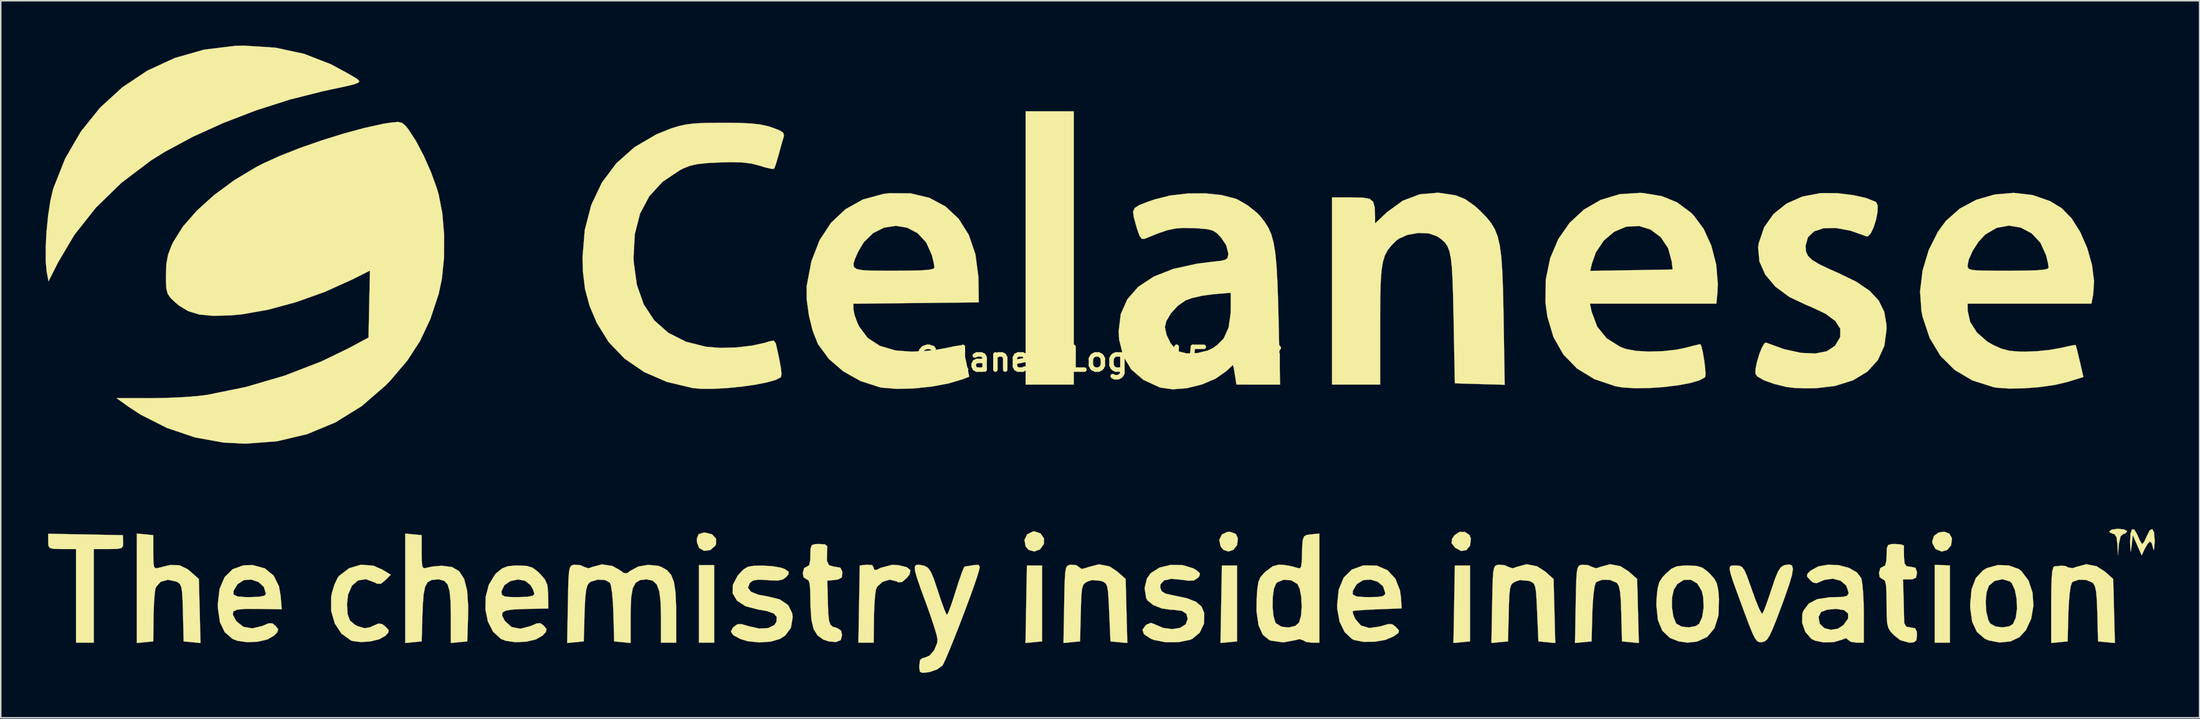
<source format=kicad_pcb>
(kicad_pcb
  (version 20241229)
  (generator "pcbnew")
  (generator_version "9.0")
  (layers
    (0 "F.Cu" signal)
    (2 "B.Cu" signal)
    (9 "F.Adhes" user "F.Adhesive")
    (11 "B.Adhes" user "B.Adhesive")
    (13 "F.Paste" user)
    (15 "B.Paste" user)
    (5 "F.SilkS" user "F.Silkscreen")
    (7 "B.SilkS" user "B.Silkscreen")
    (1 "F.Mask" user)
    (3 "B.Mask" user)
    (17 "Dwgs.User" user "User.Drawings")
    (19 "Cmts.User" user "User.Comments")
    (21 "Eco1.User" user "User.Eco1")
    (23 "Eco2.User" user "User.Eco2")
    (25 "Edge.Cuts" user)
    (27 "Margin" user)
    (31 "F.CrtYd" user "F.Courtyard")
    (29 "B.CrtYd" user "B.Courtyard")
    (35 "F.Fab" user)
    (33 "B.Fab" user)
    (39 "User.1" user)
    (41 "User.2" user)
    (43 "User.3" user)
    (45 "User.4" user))
  (footprint "CelaneseLogo_150dpi"
    (layer "F.Cu")
    (at 70.446 20.998)
    (property "Reference" "CelaneseLogo_150dpi" (at 0 0 0) (layer "F.SilkS") (effects (font (size 1.524 1.524) (thickness 0.3))))
    (attr through_hole)
    (fp_poly (pts (xy -25.739 18.965) (xy -26.755 18.965) (xy -26.755 13.778) (xy -25.739 13.778) (xy -25.739 18.965)) (stroke (width 0.01) (type solid)) (fill yes) (layer "F.SilkS"))
    (fp_poly (pts (xy -1.693 1.693) (xy -4.911 1.693) (xy -4.911 -16.595) (xy -1.693 -16.595) (xy -1.693 1.693)) (stroke (width 0.01) (type solid)) (fill yes) (layer "F.SilkS"))
    (fp_poly (pts (xy 56.388 13.776) (xy 56.896 13.797) (xy 56.896 18.965) (xy 55.88 18.965) (xy 55.88 13.756) (xy 56.388 13.776)) (stroke (width 0.01) (type solid)) (fill yes) (layer "F.SilkS"))
    (fp_poly (pts (xy -3.81 18.881) (xy -4.365 18.934) (xy -4.92 18.987) (xy -4.873 16.394) (xy -4.826 13.801) (xy -3.81 13.801) (xy -3.81 18.881)) (stroke (width 0.01) (type solid)) (fill yes) (layer "F.SilkS"))
    (fp_poly (pts (xy 9.229 18.881) (xy 8.674 18.934) (xy 8.119 18.987) (xy 8.166 16.394) (xy 8.213 13.801) (xy 9.229 13.801) (xy 9.229 18.881)) (stroke (width 0.01) (type solid)) (fill yes) (layer "F.SilkS"))
    (fp_poly (pts (xy 24.807 18.881) (xy 24.253 18.934) (xy 23.698 18.987) (xy 23.745 16.394) (xy 23.791 13.801) (xy 24.807 13.801) (xy 24.807 18.881)) (stroke (width 0.01) (type solid)) (fill yes) (layer "F.SilkS"))
    (fp_poly (pts (xy -3.912 11.654) (xy -3.68 11.993) (xy -3.689 12.361) (xy -3.949 12.725) (xy -4.329 12.863) (xy -4.707 12.76) (xy -4.911 12.531) (xy -4.992 12.087) (xy -4.808 11.714) (xy -4.421 11.522) (xy -4.318 11.515) (xy -3.912 11.654)) (stroke (width 0.01) (type solid)) (fill yes) (layer "F.SilkS"))
    (fp_poly (pts (xy 8.774 11.547) (xy 9.15 11.69) (xy 9.284 11.99) (xy 9.231 12.44) (xy 8.989 12.747) (xy 8.651 12.866) (xy 8.31 12.753) (xy 8.128 12.531) (xy 8.036 12.081) (xy 8.214 11.721) (xy 8.596 11.546) (xy 8.774 11.547)) (stroke (width 0.01) (type solid)) (fill yes) (layer "F.SilkS"))
    (fp_poly (pts (xy 24.47 11.553) (xy 24.772 11.762) (xy 24.863 11.99) (xy 24.814 12.474) (xy 24.565 12.77) (xy 24.199 12.829) (xy 23.803 12.603) (xy 23.573 12.306) (xy 23.599 12.034) (xy 23.758 11.785) (xy 24.089 11.553) (xy 24.47 11.553)) (stroke (width 0.01) (type solid)) (fill yes) (layer "F.SilkS"))
    (fp_poly (pts (xy -25.883 11.711) (xy -25.617 11.992) (xy -25.611 12.365) (xy -25.672 12.488) (xy -26.004 12.772) (xy -26.411 12.821) (xy -26.74 12.633) (xy -26.887 12.269) (xy -26.895 11.99) (xy -26.772 11.698) (xy -26.453 11.602) (xy -26.35 11.599) (xy -25.883 11.711)) (stroke (width 0.01) (type solid)) (fill yes) (layer "F.SilkS"))
    (fp_poly (pts (xy 56.851 11.658) (xy 57.033 11.974) (xy 57.036 11.99) (xy 56.977 12.452) (xy 56.717 12.764) (xy 56.347 12.868) (xy 55.961 12.71) (xy 55.914 12.666) (xy 55.732 12.325) (xy 55.711 12.179) (xy 55.837 11.812) (xy 56.142 11.593) (xy 56.517 11.536) (xy 56.851 11.658)) (stroke (width 0.01) (type solid)) (fill yes) (layer "F.SilkS"))
    (fp_poly (pts (xy 68.548 11.388) (xy 68.744 11.492) (xy 68.749 11.515) (xy 68.613 11.667) (xy 68.505 11.684) (xy 68.315 11.842) (xy 68.204 12.32) (xy 68.196 12.404) (xy 68.131 13.123) (xy 68.102 12.404) (xy 68.039 11.908) (xy 67.894 11.699) (xy 67.818 11.684) (xy 67.593 11.593) (xy 67.564 11.515) (xy 67.713 11.403) (xy 68.079 11.347) (xy 68.157 11.345) (xy 68.548 11.388)) (stroke (width 0.01) (type solid)) (fill yes) (layer "F.SilkS"))
    (fp_poly (pts (xy -67.776 11.722) (xy -65.278 11.769) (xy -65.261 12.234) (xy -65.268 12.495) (xy -65.367 12.634) (xy -65.637 12.689) (xy -66.158 12.7) (xy -66.235 12.7) (xy -67.225 12.7) (xy -67.225 18.965) (xy -68.411 18.965) (xy -68.411 12.7) (xy -69.342 12.7) (xy -69.874 12.692) (xy -70.152 12.636) (xy -70.257 12.487) (xy -70.273 12.198) (xy -70.273 12.187) (xy -70.273 11.675) (xy -67.776 11.722)) (stroke (width 0.01) (type solid)) (fill yes) (layer "F.SilkS"))
    (fp_poly (pts (xy -15.172 13.771) (xy -15.071 13.946) (xy -15.033 14.097) (xy -14.861 14.081) (xy -14.548 13.937) (xy -13.823 13.753) (xy -13.42 13.775) (xy -12.855 13.916) (xy -12.612 14.117) (xy -12.673 14.404) (xy -12.857 14.634) (xy -13.165 14.904) (xy -13.41 14.929) (xy -13.558 14.855) (xy -14.006 14.751) (xy -14.477 14.89) (xy -14.833 15.217) (xy -14.92 15.411) (xy -14.974 15.766) (xy -15.019 16.356) (xy -15.048 17.077) (xy -15.054 17.399) (xy -15.071 18.965) (xy -16.095 18.965) (xy -16.049 16.383) (xy -16.002 13.801) (xy -15.536 13.747) (xy -15.172 13.771)) (stroke (width 0.01) (type solid)) (fill yes) (layer "F.SilkS"))
    (fp_poly (pts (xy 70.547 11.586) (xy 70.589 12.106) (xy 70.587 12.234) (xy 70.562 12.636) (xy 70.525 12.771) (xy 70.491 12.658) (xy 70.398 12.32) (xy 70.289 12.192) (xy 70.133 12.329) (xy 69.941 12.657) (xy 69.94 12.658) (xy 69.722 13.123) (xy 69.425 12.446) (xy 69.127 11.769) (xy 69.051 12.446) (xy 69.007 12.804) (xy 68.98 12.874) (xy 68.962 12.638) (xy 68.947 12.234) (xy 68.971 11.661) (xy 69.074 11.379) (xy 69.236 11.404) (xy 69.437 11.75) (xy 69.478 11.853) (xy 69.637 12.203) (xy 69.76 12.361) (xy 69.765 12.361) (xy 69.884 12.221) (xy 70.042 11.88) (xy 70.052 11.853) (xy 70.259 11.445) (xy 70.43 11.36) (xy 70.547 11.586)) (stroke (width 0.01) (type solid)) (fill yes) (layer "F.SilkS"))
    (fp_poly (pts (xy -63.796 11.716) (xy -63.246 11.769) (xy -63.246 12.92) (xy -63.239 13.526) (xy -63.202 13.859) (xy -63.115 13.987) (xy -62.956 13.975) (xy -62.907 13.959) (xy -62.105 13.763) (xy -61.48 13.789) (xy -60.947 14.048) (xy -60.769 14.194) (xy -60.198 14.703) (xy -60.142 16.846) (xy -60.085 18.989) (xy -60.65 18.935) (xy -61.214 18.881) (xy -61.262 16.969) (xy -61.286 16.14) (xy -61.32 15.584) (xy -61.375 15.24) (xy -61.467 15.042) (xy -61.61 14.926) (xy -61.715 14.874) (xy -62.269 14.756) (xy -62.75 14.89) (xy -63.061 15.241) (xy -63.101 15.36) (xy -63.154 15.733) (xy -63.198 16.337) (xy -63.226 17.063) (xy -63.23 17.347) (xy -63.246 18.881) (xy -64.347 18.987) (xy -64.347 11.663) (xy -63.796 11.716)) (stroke (width 0.01) (type solid)) (fill yes) (layer "F.SilkS"))
    (fp_poly (pts (xy 66.708 13.85) (xy 67.265 14.21) (xy 67.818 14.703) (xy 67.874 16.846) (xy 67.931 18.989) (xy 67.366 18.935) (xy 66.802 18.881) (xy 66.756 17.018) (xy 66.725 16.158) (xy 66.677 15.575) (xy 66.601 15.21) (xy 66.489 15.001) (xy 66.427 14.944) (xy 66.003 14.769) (xy 65.514 14.751) (xy 65.121 14.888) (xy 65.051 14.954) (xy 64.972 15.206) (xy 64.9 15.717) (xy 64.845 16.408) (xy 64.818 17.028) (xy 64.77 18.881) (xy 63.669 18.987) (xy 63.669 16.436) (xy 63.677 15.39) (xy 63.701 14.645) (xy 63.746 14.167) (xy 63.814 13.918) (xy 63.881 13.86) (xy 64.352 13.813) (xy 64.615 13.832) (xy 64.796 13.925) (xy 64.802 13.929) (xy 65.115 13.977) (xy 65.341 13.897) (xy 66.015 13.715) (xy 66.708 13.85)) (stroke (width 0.01) (type solid)) (fill yes) (layer "F.SilkS"))
    (fp_poly (pts (xy -45.847 11.716) (xy -45.297 11.769) (xy -45.297 12.92) (xy -45.29 13.525) (xy -45.254 13.858) (xy -45.167 13.983) (xy -45.009 13.967) (xy -44.958 13.95) (xy -44.572 13.869) (xy -44.042 13.822) (xy -43.913 13.819) (xy -43.27 13.901) (xy -42.79 14.184) (xy -42.458 14.696) (xy -42.261 15.463) (xy -42.187 16.51) (xy -42.196 17.272) (xy -42.249 18.881) (xy -42.799 18.934) (xy -43.349 18.987) (xy -43.349 17.125) (xy -43.368 16.165) (xy -43.435 15.494) (xy -43.569 15.064) (xy -43.788 14.828) (xy -44.111 14.738) (xy -44.26 14.732) (xy -44.634 14.77) (xy -44.896 14.917) (xy -45.067 15.224) (xy -45.17 15.743) (xy -45.226 16.525) (xy -45.244 17.018) (xy -45.297 18.881) (xy -45.847 18.934) (xy -46.397 18.987) (xy -46.397 11.663) (xy -45.847 11.716)) (stroke (width 0.01) (type solid)) (fill yes) (layer "F.SilkS"))
    (fp_poly (pts (xy 34.873 13.85) (xy 35.43 14.21) (xy 35.983 14.703) (xy 36.04 16.846) (xy 36.096 18.989) (xy 35.532 18.935) (xy 34.967 18.881) (xy 34.921 17.018) (xy 34.89 16.158) (xy 34.842 15.575) (xy 34.767 15.21) (xy 34.655 15.001) (xy 34.593 14.944) (xy 34.168 14.769) (xy 33.679 14.751) (xy 33.287 14.888) (xy 33.216 14.954) (xy 33.137 15.206) (xy 33.065 15.717) (xy 33.01 16.408) (xy 32.984 17.028) (xy 32.935 18.881) (xy 32.381 18.934) (xy 31.826 18.987) (xy 31.873 16.394) (xy 31.892 15.407) (xy 31.914 14.707) (xy 31.948 14.244) (xy 32.001 13.967) (xy 32.083 13.824) (xy 32.201 13.765) (xy 32.31 13.745) (xy 32.718 13.78) (xy 32.934 13.884) (xy 33.245 13.99) (xy 33.506 13.897) (xy 34.181 13.715) (xy 34.873 13.85)) (stroke (width 0.01) (type solid)) (fill yes) (layer "F.SilkS"))
    (fp_poly (pts (xy 29.285 13.85) (xy 29.842 14.21) (xy 30.395 14.703) (xy 30.452 16.846) (xy 30.508 18.989) (xy 29.944 18.935) (xy 29.379 18.881) (xy 29.295 16.937) (xy 29.256 16.102) (xy 29.215 15.543) (xy 29.156 15.198) (xy 29.063 15.003) (xy 28.919 14.897) (xy 28.751 14.832) (xy 28.142 14.777) (xy 27.868 14.865) (xy 27.684 14.964) (xy 27.56 15.103) (xy 27.483 15.347) (xy 27.438 15.76) (xy 27.41 16.407) (xy 27.395 16.969) (xy 27.347 18.881) (xy 26.793 18.934) (xy 26.238 18.987) (xy 26.285 16.394) (xy 26.304 15.407) (xy 26.326 14.707) (xy 26.36 14.244) (xy 26.413 13.967) (xy 26.495 13.824) (xy 26.613 13.765) (xy 26.722 13.745) (xy 27.13 13.78) (xy 27.346 13.884) (xy 27.657 13.99) (xy 27.918 13.897) (xy 28.593 13.715) (xy 29.285 13.85)) (stroke (width 0.01) (type solid)) (fill yes) (layer "F.SilkS"))
    (fp_poly (pts (xy 0.696 13.858) (xy 1.225 14.21) (xy 1.778 14.703) (xy 1.834 16.846) (xy 1.891 18.989) (xy 1.326 18.935) (xy 0.762 18.881) (xy 0.677 16.937) (xy 0.638 16.102) (xy 0.598 15.543) (xy 0.539 15.198) (xy 0.446 15.003) (xy 0.302 14.897) (xy 0.134 14.832) (xy -0.475 14.777) (xy -0.75 14.865) (xy -0.934 14.964) (xy -1.057 15.103) (xy -1.134 15.347) (xy -1.179 15.76) (xy -1.207 16.407) (xy -1.222 16.969) (xy -1.27 18.881) (xy -1.825 18.934) (xy -2.38 18.987) (xy -2.333 16.394) (xy -2.314 15.407) (xy -2.292 14.708) (xy -2.259 14.245) (xy -2.206 13.967) (xy -2.124 13.824) (xy -2.004 13.765) (xy -1.882 13.744) (xy -1.518 13.78) (xy -1.344 13.903) (xy -1.173 14.033) (xy -0.869 13.963) (xy -0.766 13.918) (xy -0.005 13.721) (xy 0.696 13.858)) (stroke (width 0.01) (type solid)) (fill yes) (layer "F.SilkS"))
    (fp_poly (pts (xy -55.078 -20.858) (xy -53.167 -20.447) (xy -51.361 -19.746) (xy -50.19 -19.11) (xy -49.814 -18.889) (xy -49.562 -18.728) (xy -49.464 -18.606) (xy -49.552 -18.502) (xy -49.857 -18.394) (xy -50.409 -18.261) (xy -51.241 -18.083) (xy -51.901 -17.942) (xy -54.109 -17.385) (xy -56.353 -16.667) (xy -58.55 -15.823) (xy -60.619 -14.884) (xy -62.477 -13.885) (xy -63.405 -13.305) (xy -65.368 -11.819) (xy -67.085 -10.148) (xy -68.529 -8.319) (xy -69.612 -6.487) (xy -70.251 -5.215) (xy -70.37 -5.845) (xy -70.439 -6.551) (xy -70.441 -7.483) (xy -70.386 -8.536) (xy -70.28 -9.605) (xy -70.132 -10.586) (xy -69.951 -11.373) (xy -69.934 -11.43) (xy -69.14 -13.434) (xy -68.089 -15.244) (xy -66.805 -16.841) (xy -65.314 -18.207) (xy -63.64 -19.322) (xy -61.809 -20.168) (xy -59.845 -20.727) (xy -57.773 -20.98) (xy -57.15 -20.993) (xy -55.078 -20.858)) (stroke (width 0.01) (type solid)) (fill yes) (layer "F.SilkS"))
    (fp_poly (pts (xy -48.536 13.811) (xy -47.939 14.068) (xy -47.363 14.419) (xy -47.729 14.784) (xy -48.029 15.024) (xy -48.28 15.021) (xy -48.429 14.941) (xy -49.025 14.717) (xy -49.55 14.8) (xy -49.962 15.156) (xy -50.221 15.756) (xy -50.292 16.4) (xy -50.249 17.063) (xy -50.09 17.487) (xy -49.766 17.764) (xy -49.55 17.868) (xy -49.114 17.998) (xy -48.741 17.93) (xy -48.544 17.837) (xy -48.182 17.683) (xy -47.938 17.721) (xy -47.731 17.884) (xy -47.508 18.114) (xy -47.526 18.289) (xy -47.732 18.512) (xy -48.134 18.738) (xy -48.728 18.882) (xy -49.372 18.927) (xy -49.925 18.854) (xy -50.038 18.813) (xy -50.662 18.363) (xy -51.109 17.683) (xy -51.35 16.847) (xy -51.354 15.929) (xy -51.302 15.636) (xy -51.135 15.084) (xy -50.924 14.633) (xy -50.833 14.506) (xy -50.151 13.981) (xy -49.359 13.746) (xy -48.536 13.811)) (stroke (width 0.01) (type solid)) (fill yes) (layer "F.SilkS"))
    (fp_poly (pts (xy 60.832 13.796) (xy 61.476 14.024) (xy 61.674 14.167) (xy 62.154 14.804) (xy 62.422 15.61) (xy 62.482 16.493) (xy 62.335 17.36) (xy 61.985 18.121) (xy 61.55 18.598) (xy 60.949 18.881) (xy 60.213 18.955) (xy 59.481 18.814) (xy 59.226 18.7) (xy 58.702 18.249) (xy 58.381 17.563) (xy 58.254 16.62) (xy 58.251 16.417) (xy 58.267 16.239) (xy 59.29 16.239) (xy 59.333 16.899) (xy 59.469 17.455) (xy 59.597 17.685) (xy 59.938 17.88) (xy 60.42 17.942) (xy 60.879 17.866) (xy 61.112 17.716) (xy 61.303 17.291) (xy 61.382 16.693) (xy 61.358 16.034) (xy 61.238 15.427) (xy 61.032 14.984) (xy 60.907 14.865) (xy 60.405 14.722) (xy 59.884 14.835) (xy 59.504 15.157) (xy 59.346 15.612) (xy 59.29 16.239) (xy 58.267 16.239) (xy 58.342 15.401) (xy 58.625 14.645) (xy 59.111 14.124) (xy 59.388 13.964) (xy 60.092 13.772) (xy 60.832 13.796)) (stroke (width 0.01) (type solid)) (fill yes) (layer "F.SilkS"))
    (fp_poly (pts (xy 46.335 13.798) (xy 46.399 14.017) (xy 46.341 14.424) (xy 46.158 15.053) (xy 45.848 15.943) (xy 45.667 16.437) (xy 45.315 17.375) (xy 45.049 18.042) (xy 44.844 18.483) (xy 44.675 18.747) (xy 44.517 18.88) (xy 44.344 18.931) (xy 44.333 18.932) (xy 44.161 18.934) (xy 44.013 18.864) (xy 43.864 18.675) (xy 43.688 18.32) (xy 43.458 17.752) (xy 43.148 16.925) (xy 43.045 16.646) (xy 42.672 15.63) (xy 42.405 14.89) (xy 42.24 14.382) (xy 42.167 14.062) (xy 42.181 13.888) (xy 42.275 13.815) (xy 42.441 13.8) (xy 42.587 13.801) (xy 42.821 13.816) (xy 42.997 13.901) (xy 43.154 14.113) (xy 43.329 14.51) (xy 43.56 15.15) (xy 43.664 15.45) (xy 43.909 16.126) (xy 44.125 16.653) (xy 44.283 16.969) (xy 44.348 17.029) (xy 44.446 16.846) (xy 44.615 16.415) (xy 44.827 15.809) (xy 44.956 15.416) (xy 45.206 14.673) (xy 45.405 14.196) (xy 45.587 13.923) (xy 45.786 13.794) (xy 45.851 13.774) (xy 46.151 13.729) (xy 46.335 13.798)) (stroke (width 0.01) (type solid)) (fill yes) (layer "F.SilkS"))
    (fp_poly (pts (xy 39.949 13.827) (xy 40.339 13.941) (xy 40.687 14.198) (xy 40.843 14.349) (xy 41.142 14.682) (xy 41.316 15.01) (xy 41.408 15.451) (xy 41.457 16.063) (xy 41.416 17.157) (xy 41.156 17.994) (xy 40.678 18.574) (xy 39.983 18.895) (xy 39.336 18.965) (xy 38.742 18.874) (xy 38.184 18.653) (xy 38.16 18.639) (xy 37.663 18.163) (xy 37.369 17.452) (xy 37.28 16.587) (xy 38.311 16.587) (xy 38.401 17.205) (xy 38.577 17.654) (xy 38.608 17.695) (xy 38.951 17.888) (xy 39.436 17.941) (xy 39.899 17.854) (xy 40.126 17.702) (xy 40.33 17.258) (xy 40.426 16.628) (xy 40.404 15.951) (xy 40.308 15.514) (xy 40.004 15.006) (xy 39.571 14.756) (xy 39.096 14.767) (xy 38.668 15.044) (xy 38.435 15.418) (xy 38.319 15.944) (xy 38.311 16.587) (xy 37.28 16.587) (xy 37.269 16.487) (xy 37.285 15.98) (xy 37.347 15.344) (xy 37.462 14.92) (xy 37.68 14.582) (xy 37.9 14.346) (xy 38.27 14.019) (xy 38.627 13.857) (xy 39.116 13.804) (xy 39.37 13.801) (xy 39.949 13.827)) (stroke (width 0.01) (type solid)) (fill yes) (layer "F.SilkS"))
    (fp_poly (pts (xy -18.322 12.385) (xy -18.176 12.518) (xy -18.183 12.857) (xy -18.188 12.903) (xy -18.203 13.468) (xy -18.06 13.775) (xy -17.726 13.883) (xy -17.635 13.885) (xy -17.293 13.954) (xy -17.17 14.218) (xy -17.163 14.299) (xy -17.206 14.601) (xy -17.444 14.734) (xy -17.656 14.765) (xy -18.173 14.817) (xy -18.135 16.256) (xy -18.108 17.009) (xy -18.058 17.49) (xy -17.961 17.766) (xy -17.794 17.906) (xy -17.534 17.976) (xy -17.526 17.978) (xy -17.248 18.163) (xy -17.187 18.46) (xy -17.271 18.794) (xy -17.581 18.921) (xy -17.611 18.924) (xy -18.09 18.879) (xy -18.454 18.752) (xy -18.835 18.47) (xy -19.09 18.052) (xy -19.237 17.437) (xy -19.297 16.567) (xy -19.302 16.214) (xy -19.313 15.482) (xy -19.352 15.03) (xy -19.428 14.799) (xy -19.551 14.732) (xy -19.558 14.732) (xy -19.762 14.585) (xy -19.812 14.309) (xy -19.724 13.968) (xy -19.558 13.885) (xy -19.391 13.786) (xy -19.314 13.447) (xy -19.304 13.123) (xy -19.291 12.655) (xy -19.206 12.433) (xy -18.976 12.366) (xy -18.715 12.361) (xy -18.322 12.385)) (stroke (width 0.01) (type solid)) (fill yes) (layer "F.SilkS"))
    (fp_poly (pts (xy -55.779 13.997) (xy -55.195 14.477) (xy -54.838 15.202) (xy -54.732 15.805) (xy -54.655 16.731) (xy -56.284 16.705) (xy -57.112 16.707) (xy -57.637 16.757) (xy -57.896 16.878) (xy -57.923 17.092) (xy -57.753 17.42) (xy -57.663 17.552) (xy -57.226 17.902) (xy -56.632 18.007) (xy -55.97 17.853) (xy -55.911 17.826) (xy -55.52 17.665) (xy -55.286 17.67) (xy -55.07 17.841) (xy -54.897 18.059) (xy -54.944 18.253) (xy -55.159 18.489) (xy -55.613 18.751) (xy -56.263 18.903) (xy -56.98 18.934) (xy -57.638 18.836) (xy -57.952 18.71) (xy -58.468 18.264) (xy -58.786 17.602) (xy -58.921 16.688) (xy -58.928 16.374) (xy -58.856 15.74) (xy -57.879 15.74) (xy -57.622 15.869) (xy -57.073 15.915) (xy -56.811 15.917) (xy -56.157 15.893) (xy -55.803 15.816) (xy -55.711 15.701) (xy -55.854 15.234) (xy -56.218 14.904) (xy -56.698 14.742) (xy -57.194 14.78) (xy -57.603 15.049) (xy -57.648 15.108) (xy -57.877 15.497) (xy -57.879 15.74) (xy -58.856 15.74) (xy -58.813 15.362) (xy -58.478 14.581) (xy -57.941 14.05) (xy -57.218 13.787) (xy -56.579 13.775) (xy -55.779 13.997)) (stroke (width 0.01) (type solid)) (fill yes) (layer "F.SilkS"))
    (fp_poly (pts (xy 53.641 12.393) (xy 53.825 12.471) (xy 53.828 12.488) (xy 53.82 12.728) (xy 53.825 13.155) (xy 53.828 13.25) (xy 53.87 13.67) (xy 54.004 13.849) (xy 54.271 13.885) (xy 54.594 13.955) (xy 54.693 14.231) (xy 54.695 14.309) (xy 54.633 14.621) (xy 54.38 14.726) (xy 54.229 14.732) (xy 53.763 14.732) (xy 53.8 16.044) (xy 53.818 16.714) (xy 53.833 17.277) (xy 53.841 17.625) (xy 53.842 17.653) (xy 53.979 17.894) (xy 54.271 17.949) (xy 54.574 18.004) (xy 54.685 18.236) (xy 54.695 18.457) (xy 54.654 18.814) (xy 54.462 18.948) (xy 54.174 18.965) (xy 53.582 18.802) (xy 53.158 18.47) (xy 52.928 18.224) (xy 52.783 17.985) (xy 52.704 17.672) (xy 52.67 17.199) (xy 52.663 16.484) (xy 52.663 16.354) (xy 52.654 15.583) (xy 52.621 15.095) (xy 52.555 14.831) (xy 52.448 14.736) (xy 52.409 14.732) (xy 52.204 14.585) (xy 52.155 14.309) (xy 52.243 13.968) (xy 52.409 13.885) (xy 52.576 13.786) (xy 52.652 13.447) (xy 52.663 13.123) (xy 52.675 12.655) (xy 52.761 12.433) (xy 52.992 12.366) (xy 53.255 12.361) (xy 53.641 12.393)) (stroke (width 0.01) (type solid)) (fill yes) (layer "F.SilkS"))
    (fp_poly (pts (xy 5.58 13.771) (xy 6.294 13.986) (xy 6.532 14.131) (xy 6.752 14.34) (xy 6.699 14.527) (xy 6.597 14.638) (xy 6.348 14.798) (xy 5.981 14.822) (xy 5.568 14.761) (xy 4.833 14.693) (xy 4.336 14.801) (xy 4.103 15.075) (xy 4.094 15.281) (xy 4.188 15.525) (xy 4.439 15.68) (xy 4.934 15.795) (xy 4.995 15.805) (xy 5.887 15.995) (xy 6.49 16.234) (xy 6.854 16.55) (xy 7.03 16.971) (xy 7.033 16.99) (xy 7.018 17.692) (xy 6.734 18.296) (xy 6.23 18.713) (xy 6.076 18.778) (xy 5.305 18.934) (xy 4.453 18.936) (xy 3.682 18.788) (xy 3.429 18.686) (xy 2.999 18.394) (xy 2.902 18.098) (xy 3.133 17.78) (xy 3.146 17.769) (xy 3.47 17.637) (xy 3.702 17.726) (xy 4.286 17.978) (xy 4.883 18.057) (xy 5.41 17.973) (xy 5.785 17.742) (xy 5.927 17.379) (xy 5.839 17.034) (xy 5.541 16.839) (xy 4.98 16.766) (xy 4.804 16.764) (xy 4.19 16.676) (xy 3.629 16.45) (xy 3.239 16.14) (xy 3.153 15.994) (xy 3.044 15.317) (xy 3.201 14.671) (xy 3.452 14.312) (xy 4.037 13.942) (xy 4.787 13.759) (xy 5.58 13.771)) (stroke (width 0.01) (type solid)) (fill yes) (layer "F.SilkS"))
    (fp_poly (pts (xy -21.858 13.846) (xy -21.309 13.937) (xy -21.026 14.033) (xy -20.757 14.213) (xy -20.766 14.384) (xy -20.909 14.559) (xy -21.14 14.736) (xy -21.472 14.808) (xy -22.01 14.792) (xy -22.156 14.78) (xy -22.755 14.749) (xy -23.119 14.802) (xy -23.342 14.955) (xy -23.358 14.974) (xy -23.477 15.294) (xy -23.274 15.56) (xy -22.766 15.761) (xy -22.179 15.865) (xy -21.347 16.07) (xy -20.788 16.452) (xy -20.516 16.999) (xy -20.489 17.275) (xy -20.606 17.976) (xy -20.981 18.481) (xy -21.333 18.71) (xy -21.953 18.896) (xy -22.729 18.949) (xy -23.505 18.867) (xy -23.983 18.721) (xy -24.458 18.466) (xy -24.622 18.23) (xy -24.495 17.971) (xy -24.417 17.894) (xy -24.191 17.737) (xy -23.93 17.719) (xy -23.507 17.836) (xy -23.411 17.869) (xy -22.723 18.019) (xy -22.132 17.987) (xy -21.717 17.788) (xy -21.578 17.573) (xy -21.554 17.246) (xy -21.752 17.014) (xy -22.214 16.849) (xy -22.811 16.746) (xy -23.641 16.528) (xy -24.21 16.158) (xy -24.501 15.671) (xy -24.495 15.103) (xy -24.172 14.489) (xy -24.059 14.354) (xy -23.759 14.049) (xy -23.476 13.884) (xy -23.09 13.818) (xy -22.493 13.808) (xy -21.858 13.846)) (stroke (width 0.01) (type solid)) (fill yes) (layer "F.SilkS"))
    (fp_poly (pts (xy 23.834 -10.978) (xy 24.473 -10.728) (xy 25.119 -10.271) (xy 25.502 -9.92) (xy 25.897 -9.516) (xy 26.215 -9.127) (xy 26.464 -8.711) (xy 26.655 -8.225) (xy 26.795 -7.626) (xy 26.895 -6.873) (xy 26.964 -5.922) (xy 27.01 -4.73) (xy 27.043 -3.256) (xy 27.052 -2.745) (xy 27.126 1.706) (xy 25.459 1.657) (xy 23.791 1.609) (xy 23.707 -2.717) (xy 23.677 -4.13) (xy 23.642 -5.245) (xy 23.595 -6.105) (xy 23.527 -6.752) (xy 23.43 -7.227) (xy 23.295 -7.573) (xy 23.113 -7.83) (xy 22.878 -8.04) (xy 22.602 -8.231) (xy 22.046 -8.427) (xy 21.341 -8.455) (xy 20.622 -8.328) (xy 20.025 -8.06) (xy 19.879 -7.945) (xy 19.556 -7.625) (xy 19.304 -7.309) (xy 19.115 -6.952) (xy 18.979 -6.507) (xy 18.888 -5.928) (xy 18.834 -5.169) (xy 18.806 -4.183) (xy 18.797 -2.925) (xy 18.796 -2.293) (xy 18.796 1.693) (xy 15.579 1.693) (xy 15.579 -10.837) (xy 16.914 -10.837) (xy 17.639 -10.821) (xy 18.091 -10.739) (xy 18.335 -10.537) (xy 18.434 -10.163) (xy 18.455 -9.586) (xy 18.457 -9.098) (xy 19.283 -9.87) (xy 20.31 -10.616) (xy 21.448 -11.044) (xy 22.684 -11.151) (xy 23.834 -10.978)) (stroke (width 0.01) (type solid)) (fill yes) (layer "F.SilkS"))
    (fp_poly (pts (xy 14.732 18.965) (xy 14.234 18.965) (xy 13.844 18.915) (xy 13.635 18.802) (xy 13.4 18.727) (xy 13.106 18.802) (xy 12.305 18.948) (xy 11.492 18.829) (xy 11.38 18.788) (xy 10.945 18.434) (xy 10.66 17.791) (xy 10.53 16.876) (xy 10.533 16.57) (xy 11.606 16.57) (xy 11.662 17.168) (xy 11.785 17.596) (xy 11.832 17.669) (xy 12.192 17.892) (xy 12.668 17.95) (xy 13.115 17.847) (xy 13.371 17.622) (xy 13.503 17.172) (xy 13.551 16.56) (xy 13.521 15.913) (xy 13.418 15.358) (xy 13.266 15.042) (xy 12.855 14.793) (xy 12.357 14.752) (xy 11.925 14.921) (xy 11.835 15.009) (xy 11.692 15.365) (xy 11.616 15.927) (xy 11.606 16.57) (xy 10.533 16.57) (xy 10.538 16.018) (xy 10.587 15.332) (xy 10.66 14.887) (xy 10.79 14.584) (xy 11.012 14.326) (xy 11.17 14.18) (xy 11.608 13.853) (xy 12.013 13.742) (xy 12.339 13.757) (xy 12.838 13.842) (xy 13.227 13.951) (xy 13.25 13.961) (xy 13.423 13.996) (xy 13.516 13.864) (xy 13.556 13.497) (xy 13.566 13.184) (xy 13.585 12.495) (xy 13.624 12.074) (xy 13.713 11.851) (xy 13.881 11.756) (xy 14.159 11.718) (xy 14.182 11.716) (xy 14.732 11.663) (xy 14.732 18.965)) (stroke (width 0.01) (type solid)) (fill yes) (layer "F.SilkS"))
    (fp_poly (pts (xy 18.565 13.806) (xy 19.28 14.11) (xy 19.811 14.674) (xy 20.124 15.467) (xy 20.187 15.93) (xy 20.235 16.672) (xy 18.627 16.733) (xy 17.927 16.765) (xy 17.369 16.801) (xy 17.028 16.835) (xy 16.96 16.851) (xy 16.985 17.025) (xy 17.125 17.366) (xy 17.13 17.375) (xy 17.51 17.815) (xy 18.078 17.985) (xy 18.805 17.878) (xy 18.897 17.848) (xy 19.341 17.719) (xy 19.609 17.733) (xy 19.84 17.903) (xy 19.865 17.928) (xy 20.054 18.149) (xy 20.019 18.31) (xy 19.73 18.526) (xy 19.696 18.549) (xy 19.137 18.782) (xy 18.42 18.905) (xy 17.683 18.911) (xy 17.068 18.791) (xy 16.913 18.72) (xy 16.422 18.26) (xy 16.082 17.558) (xy 15.924 16.688) (xy 15.917 16.453) (xy 15.992 15.74) (xy 16.966 15.74) (xy 17.223 15.869) (xy 17.773 15.915) (xy 18.034 15.917) (xy 18.639 15.903) (xy 18.977 15.849) (xy 19.117 15.737) (xy 19.135 15.634) (xy 18.991 15.194) (xy 18.628 14.887) (xy 18.148 14.741) (xy 17.654 14.783) (xy 17.249 15.041) (xy 17.197 15.108) (xy 16.968 15.497) (xy 16.966 15.74) (xy 15.992 15.74) (xy 16.028 15.406) (xy 16.356 14.611) (xy 16.901 14.074) (xy 17.658 13.798) (xy 17.7 13.791) (xy 18.565 13.806)) (stroke (width 0.01) (type solid)) (fill yes) (layer "F.SilkS"))
    (fp_poly (pts (xy -11.98 13.757) (xy -11.672 13.821) (xy -11.442 13.954) (xy -11.251 14.217) (xy -11.056 14.671) (xy -10.818 15.376) (xy -10.757 15.567) (xy -10.536 16.227) (xy -10.346 16.745) (xy -10.212 17.049) (xy -10.17 17.101) (xy -10.084 16.949) (xy -9.927 16.542) (xy -9.726 15.948) (xy -9.582 15.492) (xy -9.365 14.812) (xy -9.175 14.272) (xy -9.038 13.941) (xy -8.99 13.871) (xy -8.766 13.837) (xy -8.404 13.778) (xy -8.068 13.751) (xy -7.978 13.878) (xy -8.022 14.116) (xy -8.153 14.553) (xy -8.374 15.201) (xy -8.661 15.998) (xy -8.99 16.882) (xy -9.338 17.79) (xy -9.679 18.66) (xy -9.99 19.43) (xy -10.248 20.037) (xy -10.427 20.419) (xy -10.481 20.506) (xy -10.827 20.755) (xy -11.318 20.927) (xy -11.388 20.94) (xy -11.801 20.989) (xy -11.98 20.912) (xy -12.022 20.641) (xy -12.023 20.511) (xy -11.974 20.129) (xy -11.79 19.989) (xy -11.688 19.981) (xy -11.34 19.833) (xy -11.026 19.467) (xy -10.83 18.999) (xy -10.803 18.751) (xy -10.863 18.454) (xy -11.022 17.915) (xy -11.257 17.206) (xy -11.544 16.4) (xy -11.586 16.288) (xy -11.939 15.324) (xy -12.176 14.634) (xy -12.303 14.174) (xy -12.325 13.901) (xy -12.251 13.772) (xy -12.087 13.746) (xy -11.98 13.757)) (stroke (width 0.01) (type solid)) (fill yes) (layer "F.SilkS"))
    (fp_poly (pts (xy 49.483 13.782) (xy 50.156 13.963) (xy 50.689 14.272) (xy 50.97 14.65) (xy 51.038 14.995) (xy 51.093 15.59) (xy 51.129 16.345) (xy 51.139 17.029) (xy 51.139 18.965) (xy 50.645 18.965) (xy 50.271 18.906) (xy 50.086 18.772) (xy 49.954 18.663) (xy 49.66 18.772) (xy 49.118 18.931) (xy 48.467 18.949) (xy 47.873 18.83) (xy 47.633 18.711) (xy 47.23 18.25) (xy 47.017 17.64) (xy 47.026 17.264) (xy 48.117 17.264) (xy 48.191 17.696) (xy 48.493 17.986) (xy 48.929 18.106) (xy 49.408 18.028) (xy 49.784 17.78) (xy 50.088 17.351) (xy 50.087 17.011) (xy 49.809 16.787) (xy 49.284 16.704) (xy 48.683 16.761) (xy 48.283 16.915) (xy 48.121 17.236) (xy 48.117 17.264) (xy 47.026 17.264) (xy 47.032 17.022) (xy 47.105 16.816) (xy 47.466 16.341) (xy 48.027 16.051) (xy 48.835 15.928) (xy 49.149 15.92) (xy 49.709 15.902) (xy 50.005 15.837) (xy 50.113 15.702) (xy 50.12 15.621) (xy 49.97 15.149) (xy 49.588 14.824) (xy 49.065 14.683) (xy 48.491 14.767) (xy 48.329 14.839) (xy 47.974 14.988) (xy 47.736 14.937) (xy 47.545 14.77) (xy 47.336 14.527) (xy 47.371 14.347) (xy 47.575 14.146) (xy 48.096 13.86) (xy 48.764 13.743) (xy 49.483 13.782)) (stroke (width 0.01) (type solid)) (fill yes) (layer "F.SilkS"))
    (fp_poly (pts (xy -38.276 13.827) (xy -37.886 13.944) (xy -37.535 14.207) (xy -37.391 14.347) (xy -37.056 14.731) (xy -36.892 15.106) (xy -36.84 15.628) (xy -36.837 15.786) (xy -36.83 16.679) (xy -38.35 16.71) (xy -39.154 16.742) (xy -39.657 16.814) (xy -39.899 16.948) (xy -39.916 17.166) (xy -39.747 17.49) (xy -39.734 17.511) (xy -39.288 17.918) (xy -38.699 18.034) (xy -38.013 17.852) (xy -37.997 17.845) (xy -37.595 17.673) (xy -37.359 17.66) (xy -37.156 17.806) (xy -37.12 17.841) (xy -36.947 18.059) (xy -36.994 18.253) (xy -37.21 18.489) (xy -37.663 18.75) (xy -38.312 18.902) (xy -39.029 18.935) (xy -39.686 18.837) (xy -40.001 18.711) (xy -40.523 18.236) (xy -40.87 17.552) (xy -41.037 16.744) (xy -41.019 15.897) (xy -40.943 15.605) (xy -39.963 15.605) (xy -39.921 15.775) (xy -39.745 15.87) (xy -39.364 15.91) (xy -38.862 15.917) (xy -38.208 15.893) (xy -37.853 15.816) (xy -37.761 15.701) (xy -37.852 15.408) (xy -38.025 15.108) (xy -38.399 14.817) (xy -38.882 14.739) (xy -39.372 14.848) (xy -39.765 15.117) (xy -39.957 15.519) (xy -39.963 15.605) (xy -40.943 15.605) (xy -40.81 15.093) (xy -40.405 14.419) (xy -40.281 14.289) (xy -39.913 13.991) (xy -39.529 13.845) (xy -38.983 13.801) (xy -38.854 13.801) (xy -38.276 13.827)) (stroke (width 0.01) (type solid)) (fill yes) (layer "F.SilkS"))
    (fp_poly (pts (xy -32.55 13.829) (xy -32.103 14.073) (xy -31.778 14.301) (xy -31.568 14.32) (xy -31.339 14.151) (xy -30.821 13.872) (xy -30.149 13.756) (xy -29.48 13.824) (xy -29.289 13.887) (xy -28.894 14.109) (xy -28.613 14.43) (xy -28.429 14.903) (xy -28.325 15.583) (xy -28.282 16.524) (xy -28.279 17.01) (xy -28.279 18.965) (xy -29.295 18.965) (xy -29.295 17.225) (xy -29.321 16.227) (xy -29.411 15.521) (xy -29.581 15.065) (xy -29.849 14.817) (xy -30.233 14.733) (xy -30.294 14.732) (xy -30.706 14.783) (xy -30.995 14.966) (xy -31.182 15.329) (xy -31.285 15.918) (xy -31.324 16.781) (xy -31.327 17.169) (xy -31.327 18.987) (xy -31.877 18.934) (xy -32.427 18.881) (xy -32.476 17.028) (xy -32.512 16.253) (xy -32.571 15.594) (xy -32.645 15.13) (xy -32.708 14.954) (xy -33.045 14.774) (xy -33.522 14.748) (xy -33.976 14.878) (xy -34.078 14.944) (xy -34.207 15.113) (xy -34.297 15.425) (xy -34.357 15.94) (xy -34.397 16.716) (xy -34.406 17.018) (xy -34.459 18.881) (xy -35.014 18.934) (xy -35.569 18.987) (xy -35.522 16.394) (xy -35.503 15.407) (xy -35.48 14.707) (xy -35.447 14.244) (xy -35.393 13.967) (xy -35.312 13.824) (xy -35.194 13.765) (xy -35.085 13.745) (xy -34.676 13.78) (xy -34.461 13.884) (xy -34.149 13.99) (xy -33.889 13.897) (xy -33.237 13.725) (xy -32.55 13.829)) (stroke (width 0.01) (type solid)) (fill yes) (layer "F.SilkS"))
    (fp_poly (pts (xy 36.422 -11.124) (xy 37.645 -10.918) (xy 38.661 -10.501) (xy 39.553 -9.836) (xy 39.752 -9.642) (xy 40.428 -8.737) (xy 40.943 -7.61) (xy 41.269 -6.347) (xy 41.379 -5.036) (xy 41.349 -4.434) (xy 41.282 -3.725) (xy 32.824 -3.725) (xy 32.942 -3.175) (xy 33.312 -2.184) (xy 33.946 -1.404) (xy 34.836 -0.843) (xy 35.204 -0.701) (xy 35.867 -0.568) (xy 36.738 -0.516) (xy 37.698 -0.544) (xy 38.625 -0.648) (xy 39.173 -0.762) (xy 39.701 -0.897) (xy 40.076 -0.989) (xy 40.203 -1.016) (xy 40.283 -0.865) (xy 40.373 -0.484) (xy 40.459 0.019) (xy 40.525 0.538) (xy 40.554 0.964) (xy 40.531 1.191) (xy 40.526 1.198) (xy 40.149 1.408) (xy 39.51 1.593) (xy 38.683 1.746) (xy 37.744 1.859) (xy 36.768 1.925) (xy 35.831 1.936) (xy 35.007 1.884) (xy 34.544 1.807) (xy 33.137 1.335) (xy 31.973 0.627) (xy 31.055 -0.312) (xy 30.388 -1.476) (xy 29.976 -2.861) (xy 29.851 -3.81) (xy 29.874 -5.352) (xy 29.991 -5.918) (xy 32.842 -5.918) (xy 35.598 -5.965) (xy 38.354 -6.011) (xy 38.299 -6.519) (xy 38.055 -7.43) (xy 37.563 -8.17) (xy 36.871 -8.688) (xy 36.107 -8.923) (xy 35.251 -8.877) (xy 34.448 -8.537) (xy 33.753 -7.949) (xy 33.223 -7.156) (xy 32.951 -6.388) (xy 32.842 -5.918) (xy 29.991 -5.918) (xy 30.168 -6.773) (xy 30.707 -8.044) (xy 31.467 -9.136) (xy 32.42 -10.02) (xy 33.542 -10.668) (xy 34.806 -11.051) (xy 36.187 -11.14) (xy 36.422 -11.124)) (stroke (width 0.01) (type solid)) (fill yes) (layer "F.SilkS"))
    (fp_poly (pts (xy 49.352 -11.121) (xy 50.432 -10.988) (xy 51.309 -10.791) (xy 51.919 -10.545) (xy 51.967 -10.516) (xy 52.069 -10.284) (xy 52.058 -9.866) (xy 51.961 -9.356) (xy 51.804 -8.851) (xy 51.614 -8.445) (xy 51.418 -8.231) (xy 51.323 -8.228) (xy 50.237 -8.61) (xy 49.267 -8.789) (xy 48.449 -8.772) (xy 47.816 -8.564) (xy 47.404 -8.17) (xy 47.245 -7.596) (xy 47.244 -7.549) (xy 47.279 -7.2) (xy 47.414 -6.91) (xy 47.698 -6.641) (xy 48.178 -6.354) (xy 48.902 -6.011) (xy 49.429 -5.78) (xy 50.629 -5.196) (xy 51.522 -4.592) (xy 52.136 -3.934) (xy 52.504 -3.187) (xy 52.655 -2.314) (xy 52.663 -2.032) (xy 52.515 -0.906) (xy 52.082 0.05) (xy 51.378 0.826) (xy 50.417 1.407) (xy 49.216 1.783) (xy 47.936 1.935) (xy 47.199 1.945) (xy 46.496 1.916) (xy 45.978 1.854) (xy 45.974 1.854) (xy 45.137 1.646) (xy 44.471 1.408) (xy 44.036 1.163) (xy 43.89 0.973) (xy 43.899 0.633) (xy 43.997 0.161) (xy 44.15 -0.347) (xy 44.328 -0.791) (xy 44.495 -1.073) (xy 44.592 -1.12) (xy 45.816 -0.678) (xy 46.929 -0.433) (xy 47.891 -0.387) (xy 48.663 -0.541) (xy 49.205 -0.898) (xy 49.224 -0.919) (xy 49.563 -1.493) (xy 49.567 -2.04) (xy 49.236 -2.561) (xy 48.568 -3.057) (xy 47.563 -3.529) (xy 47.334 -3.616) (xy 46.161 -4.169) (xy 45.225 -4.862) (xy 44.549 -5.666) (xy 44.157 -6.549) (xy 44.073 -7.481) (xy 44.112 -7.766) (xy 44.472 -8.833) (xy 45.1 -9.724) (xy 45.962 -10.418) (xy 47.024 -10.891) (xy 48.252 -11.124) (xy 49.352 -11.121)) (stroke (width 0.01) (type solid)) (fill yes) (layer "F.SilkS"))
    (fp_poly (pts (xy -46.595 -15.822) (xy -46.337 -15.586) (xy -46.179 -15.383) (xy -45.677 -14.609) (xy -45.158 -13.621) (xy -44.678 -12.535) (xy -44.289 -11.467) (xy -44.165 -11.049) (xy -43.916 -9.766) (xy -43.795 -8.317) (xy -43.803 -6.827) (xy -43.94 -5.42) (xy -44.159 -4.376) (xy -44.719 -2.687) (xy -45.402 -1.23) (xy -46.265 0.096) (xy -47.366 1.393) (xy -47.71 1.749) (xy -49.308 3.134) (xy -51.063 4.223) (xy -52.956 5.009) (xy -54.968 5.486) (xy -57.081 5.647) (xy -58.543 5.574) (xy -60.456 5.229) (xy -62.345 4.59) (xy -64.111 3.695) (xy -64.899 3.176) (xy -65.704 2.597) (xy -63.375 2.599) (xy -62.369 2.583) (xy -61.342 2.538) (xy -60.414 2.472) (xy -59.703 2.39) (xy -59.69 2.388) (xy -57.069 1.855) (xy -54.475 1.096) (xy -52.01 0.144) (xy -50.207 -0.73) (xy -48.853 -1.457) (xy -48.758 -5.936) (xy -49.943 -5.339) (xy -51.774 -4.513) (xy -53.674 -3.832) (xy -55.555 -3.321) (xy -57.325 -3.008) (xy -58.081 -2.938) (xy -59.251 -2.909) (xy -60.168 -2.997) (xy -60.902 -3.22) (xy -61.523 -3.593) (xy -61.778 -3.808) (xy -62.098 -4.118) (xy -62.284 -4.386) (xy -62.371 -4.719) (xy -62.398 -5.224) (xy -62.399 -5.618) (xy -62.371 -6.389) (xy -62.261 -6.992) (xy -62.033 -7.595) (xy -61.908 -7.859) (xy -61.257 -8.894) (xy -60.326 -9.957) (xy -59.166 -11.004) (xy -57.828 -11.99) (xy -56.362 -12.87) (xy -55.935 -13.091) (xy -54.797 -13.61) (xy -53.452 -14.14) (xy -51.993 -14.649) (xy -50.513 -15.11) (xy -49.107 -15.491) (xy -47.868 -15.762) (xy -47.392 -15.839) (xy -46.898 -15.889) (xy -46.595 -15.822)) (stroke (width 0.01) (type solid)) (fill yes) (layer "F.SilkS"))
    (fp_poly (pts (xy -12.596 -11.107) (xy -11.342 -10.805) (xy -10.265 -10.229) (xy -9.382 -9.398) (xy -8.711 -8.327) (xy -8.268 -7.033) (xy -8.071 -5.534) (xy -8.063 -5.249) (xy -8.043 -3.81) (xy -12.234 -3.765) (xy -16.425 -3.719) (xy -16.425 -3.335) (xy -16.35 -2.958) (xy -16.161 -2.444) (xy -16.044 -2.195) (xy -15.479 -1.438) (xy -14.664 -0.902) (xy -13.61 -0.592) (xy -12.543 -0.511) (xy -11.73 -0.547) (xy -10.881 -0.639) (xy -10.246 -0.752) (xy -9.705 -0.868) (xy -9.313 -0.93) (xy -9.169 -0.928) (xy -9.104 -0.742) (xy -8.998 -0.321) (xy -8.894 0.149) (xy -8.683 1.164) (xy -9.125 1.335) (xy -10.065 1.616) (xy -11.188 1.825) (xy -12.377 1.95) (xy -13.514 1.979) (xy -14.481 1.903) (xy -14.686 1.865) (xy -15.953 1.454) (xy -17.102 0.81) (xy -18.065 -0.019) (xy -18.774 -0.985) (xy -18.823 -1.077) (xy -19.152 -1.911) (xy -19.402 -2.924) (xy -19.546 -3.961) (xy -19.553 -4.871) (xy -19.545 -4.949) (xy -19.264 -6.41) (xy -16.422 -6.41) (xy -16.399 -6.182) (xy -16.204 -6.04) (xy -15.801 -5.964) (xy -15.15 -5.933) (xy -14.215 -5.927) (xy -13.716 -5.927) (xy -12.642 -5.933) (xy -11.871 -5.955) (xy -11.365 -5.995) (xy -11.089 -6.056) (xy -11.008 -6.138) (xy -11.051 -6.432) (xy -11.157 -6.884) (xy -11.183 -6.98) (xy -11.564 -7.827) (xy -12.131 -8.436) (xy -12.826 -8.806) (xy -13.592 -8.933) (xy -14.371 -8.815) (xy -15.104 -8.449) (xy -15.736 -7.832) (xy -16.107 -7.204) (xy -16.312 -6.744) (xy -16.422 -6.41) (xy -19.264 -6.41) (xy -19.232 -6.574) (xy -18.689 -7.974) (xy -17.927 -9.136) (xy -16.959 -10.047) (xy -15.796 -10.694) (xy -14.45 -11.063) (xy -14.009 -11.119) (xy -12.596 -11.107)) (stroke (width 0.01) (type solid)) (fill yes) (layer "F.SilkS"))
    (fp_poly (pts (xy 62.416 -10.996) (xy 63.586 -10.593) (xy 64.378 -10.109) (xy 65.035 -9.435) (xy 65.613 -8.518) (xy 66.078 -7.45) (xy 66.398 -6.323) (xy 66.537 -5.23) (xy 66.481 -4.351) (xy 66.363 -3.725) (xy 58.081 -3.725) (xy 58.084 -3.26) (xy 58.249 -2.509) (xy 58.7 -1.797) (xy 59.387 -1.193) (xy 59.763 -0.974) (xy 60.344 -0.713) (xy 60.884 -0.571) (xy 61.533 -0.516) (xy 61.964 -0.511) (xy 62.776 -0.547) (xy 63.626 -0.639) (xy 64.261 -0.752) (xy 64.796 -0.872) (xy 65.175 -0.947) (xy 65.306 -0.96) (xy 65.357 -0.792) (xy 65.459 -0.385) (xy 65.581 0.128) (xy 65.825 1.186) (xy 64.739 1.521) (xy 63.907 1.716) (xy 62.902 1.86) (xy 61.841 1.943) (xy 60.839 1.958) (xy 60.011 1.898) (xy 59.805 1.862) (xy 58.395 1.413) (xy 57.213 0.712) (xy 56.261 -0.234) (xy 55.545 -1.422) (xy 55.07 -2.846) (xy 54.994 -3.211) (xy 54.9 -4.543) (xy 55.07 -5.941) (xy 55.169 -6.272) (xy 58.081 -6.272) (xy 58.096 -6.143) (xy 58.172 -6.051) (xy 58.358 -5.989) (xy 58.704 -5.952) (xy 59.258 -5.934) (xy 60.068 -5.927) (xy 60.791 -5.927) (xy 61.865 -5.933) (xy 62.636 -5.955) (xy 63.142 -5.995) (xy 63.417 -6.056) (xy 63.499 -6.138) (xy 63.455 -6.432) (xy 63.349 -6.884) (xy 63.323 -6.98) (xy 62.943 -7.811) (xy 62.36 -8.429) (xy 61.638 -8.815) (xy 60.84 -8.946) (xy 60.029 -8.8) (xy 59.269 -8.358) (xy 59.264 -8.354) (xy 58.811 -7.867) (xy 58.417 -7.26) (xy 58.153 -6.658) (xy 58.081 -6.272) (xy 55.169 -6.272) (xy 55.478 -7.307) (xy 56.097 -8.544) (xy 56.628 -9.264) (xy 57.555 -10.086) (xy 58.664 -10.677) (xy 59.888 -11.031) (xy 61.161 -11.14) (xy 62.416 -10.996)) (stroke (width 0.01) (type solid)) (fill yes) (layer "F.SilkS"))
    (fp_poly (pts (xy -24.075 -15.822) (xy -23.267 -15.785) (xy -22.647 -15.714) (xy -22.142 -15.603) (xy -21.88 -15.521) (xy -21.371 -15.326) (xy -21.122 -15.166) (xy -21.069 -14.982) (xy -21.101 -14.843) (xy -21.214 -14.463) (xy -21.365 -13.92) (xy -21.436 -13.656) (xy -21.577 -13.167) (xy -21.695 -12.83) (xy -21.738 -12.75) (xy -21.931 -12.752) (xy -22.341 -12.847) (xy -22.694 -12.955) (xy -23.235 -13.098) (xy -23.846 -13.175) (xy -24.624 -13.194) (xy -25.372 -13.175) (xy -26.242 -13.131) (xy -26.869 -13.062) (xy -27.352 -12.952) (xy -27.785 -12.781) (xy -28.025 -12.661) (xy -29.187 -11.883) (xy -30.076 -10.915) (xy -30.694 -9.749) (xy -31.045 -8.381) (xy -31.131 -6.804) (xy -31.119 -6.515) (xy -30.908 -4.984) (xy -30.449 -3.68) (xy -29.747 -2.608) (xy -28.804 -1.773) (xy -27.626 -1.179) (xy -26.283 -0.841) (xy -25.342 -0.766) (xy -24.278 -0.794) (xy -23.226 -0.913) (xy -22.323 -1.111) (xy -22.068 -1.197) (xy -21.763 -1.257) (xy -21.62 -1.073) (xy -21.593 -0.969) (xy -21.395 -0.061) (xy -21.278 0.567) (xy -21.236 0.961) (xy -21.262 1.167) (xy -21.287 1.204) (xy -21.621 1.38) (xy -22.22 1.549) (xy -23.009 1.702) (xy -23.917 1.831) (xy -24.868 1.925) (xy -25.789 1.976) (xy -26.606 1.976) (xy -27.178 1.925) (xy -28.896 1.515) (xy -30.419 0.855) (xy -31.727 -0.041) (xy -32.797 -1.158) (xy -33.582 -2.423) (xy -34.071 -3.575) (xy -34.373 -4.688) (xy -34.518 -5.897) (xy -34.541 -6.824) (xy -34.392 -8.659) (xy -33.957 -10.332) (xy -33.249 -11.826) (xy -32.279 -13.123) (xy -31.058 -14.206) (xy -29.599 -15.059) (xy -28.662 -15.437) (xy -28.139 -15.602) (xy -27.641 -15.715) (xy -27.081 -15.784) (xy -26.376 -15.82) (xy -25.439 -15.832) (xy -25.146 -15.833) (xy -24.075 -15.822)) (stroke (width 0.01) (type solid)) (fill yes) (layer "F.SilkS"))
    (fp_poly (pts (xy 8.213 -10.99) (xy 9.128 -10.749) (xy 9.278 -10.686) (xy 9.948 -10.298) (xy 10.569 -9.797) (xy 10.764 -9.593) (xy 11.073 -9.204) (xy 11.322 -8.808) (xy 11.517 -8.363) (xy 11.668 -7.825) (xy 11.78 -7.15) (xy 11.864 -6.297) (xy 11.925 -5.222) (xy 11.973 -3.881) (xy 12.002 -2.751) (xy 12.107 1.694) (xy 10.647 1.694) (xy 9.187 1.693) (xy 8.973 0.356) (xy 8.508 0.794) (xy 7.79 1.297) (xy 6.879 1.685) (xy 5.885 1.932) (xy 4.919 2.01) (xy 4.092 1.893) (xy 4.063 1.884) (xy 2.972 1.382) (xy 2.155 0.681) (xy 1.612 -0.219) (xy 1.342 -1.319) (xy 1.309 -1.876) (xy 1.344 -2.16) (xy 4.403 -2.16) (xy 4.51 -1.643) (xy 4.776 -1.094) (xy 5.122 -0.661) (xy 5.301 -0.532) (xy 5.866 -0.393) (xy 6.575 -0.419) (xy 7.283 -0.591) (xy 7.787 -0.845) (xy 8.329 -1.388) (xy 8.66 -2.118) (xy 8.798 -3.082) (xy 8.805 -3.406) (xy 8.805 -4.452) (xy 7.61 -4.352) (xy 6.899 -4.255) (xy 6.23 -4.103) (xy 5.792 -3.946) (xy 5.266 -3.581) (xy 4.805 -3.077) (xy 4.491 -2.54) (xy 4.403 -2.16) (xy 1.344 -2.16) (xy 1.449 -3.023) (xy 1.888 -4.017) (xy 2.623 -4.855) (xy 3.65 -5.534) (xy 4.966 -6.052) (xy 6.566 -6.404) (xy 7.493 -6.52) (xy 8.097 -6.585) (xy 8.439 -6.66) (xy 8.593 -6.783) (xy 8.634 -6.995) (xy 8.636 -7.123) (xy 8.495 -7.649) (xy 8.144 -8.166) (xy 7.871 -8.445) (xy 7.607 -8.615) (xy 7.251 -8.708) (xy 6.705 -8.758) (xy 6.323 -8.777) (xy 5.655 -8.792) (xy 5.103 -8.753) (xy 4.562 -8.638) (xy 3.93 -8.423) (xy 3.104 -8.087) (xy 3.03 -8.056) (xy 2.862 -8.056) (xy 2.712 -8.251) (xy 2.549 -8.699) (xy 2.465 -8.989) (xy 2.32 -9.522) (xy 2.274 -9.878) (xy 2.376 -10.122) (xy 2.67 -10.316) (xy 3.204 -10.524) (xy 3.725 -10.704) (xy 4.76 -10.964) (xy 5.923 -11.098) (xy 7.109 -11.106) (xy 8.213 -10.99)) (stroke (width 0.01) (type solid)) (fill yes) (layer "F.SilkS")))
  (gr_rect
    (start -3 -3)
    (end 144.04 44.992)
    (stroke (width 0.1) (type default))
    (fill no)
    (layer "Edge.Cuts")))
</source>
